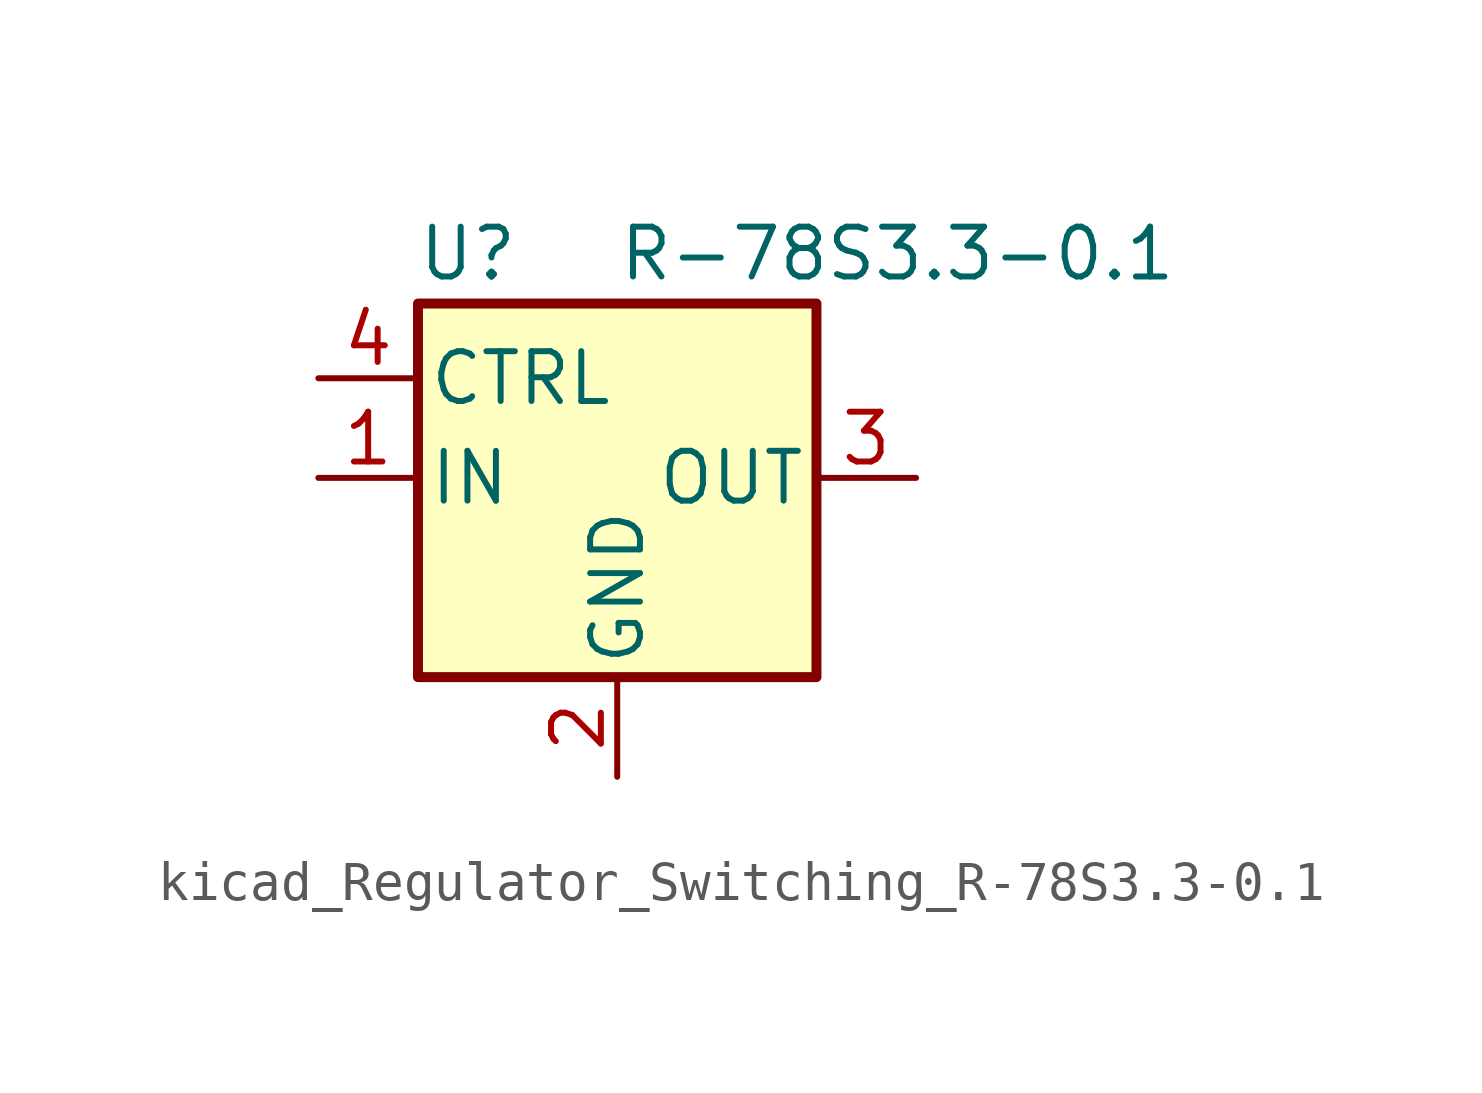
<source format=kicad_sym>
(kicad_symbol_lib
  (version 20220914)
  (generator kicad_symbol_editor)
  (symbol "kicad_Regulator_Switching_R-78S3.3-0.1"
    (pin_names
      (offset 0.254))
    (property "Reference" "U"
      (at -3.81 5.715 0)
      (effects (font (size 1.27 1.27))))
    (property "Value" "R-78S3.3-0.1"
      (at 0 5.715 0)
      (effects (font (size 1.27 1.27)) (justify left)))
    (symbol "kicad_Regulator_Switching_R-78S3.3-0.1_0_1"
      (rectangle (start -5.08 4.445) (end 5.08 -5.08) (stroke (width 0.254) (type default)) (fill (type background))))
    (symbol "kicad_Regulator_Switching_R-78S3.3-0.1_1_1"
      (pin power_in line (at -7.62 0 0) (length 2.54) (name "IN" (effects (font (size 1.27 1.27)))) (number "1" (effects (font (size 1.27 1.27)))))
      (pin power_in line (at 0 -7.62 90) (length 2.54) (name "GND" (effects (font (size 1.27 1.27)))) (number "2" (effects (font (size 1.27 1.27)))))
      (pin power_out line (at 7.62 0 180) (length 2.54) (name "OUT" (effects (font (size 1.27 1.27)))) (number "3" (effects (font (size 1.27 1.27)))))
      (pin input line (at -7.62 2.54 0) (length 2.54) (name "CTRL" (effects (font (size 1.27 1.27)))) (number "4" (effects (font (size 1.27 1.27))))))))
</source>
